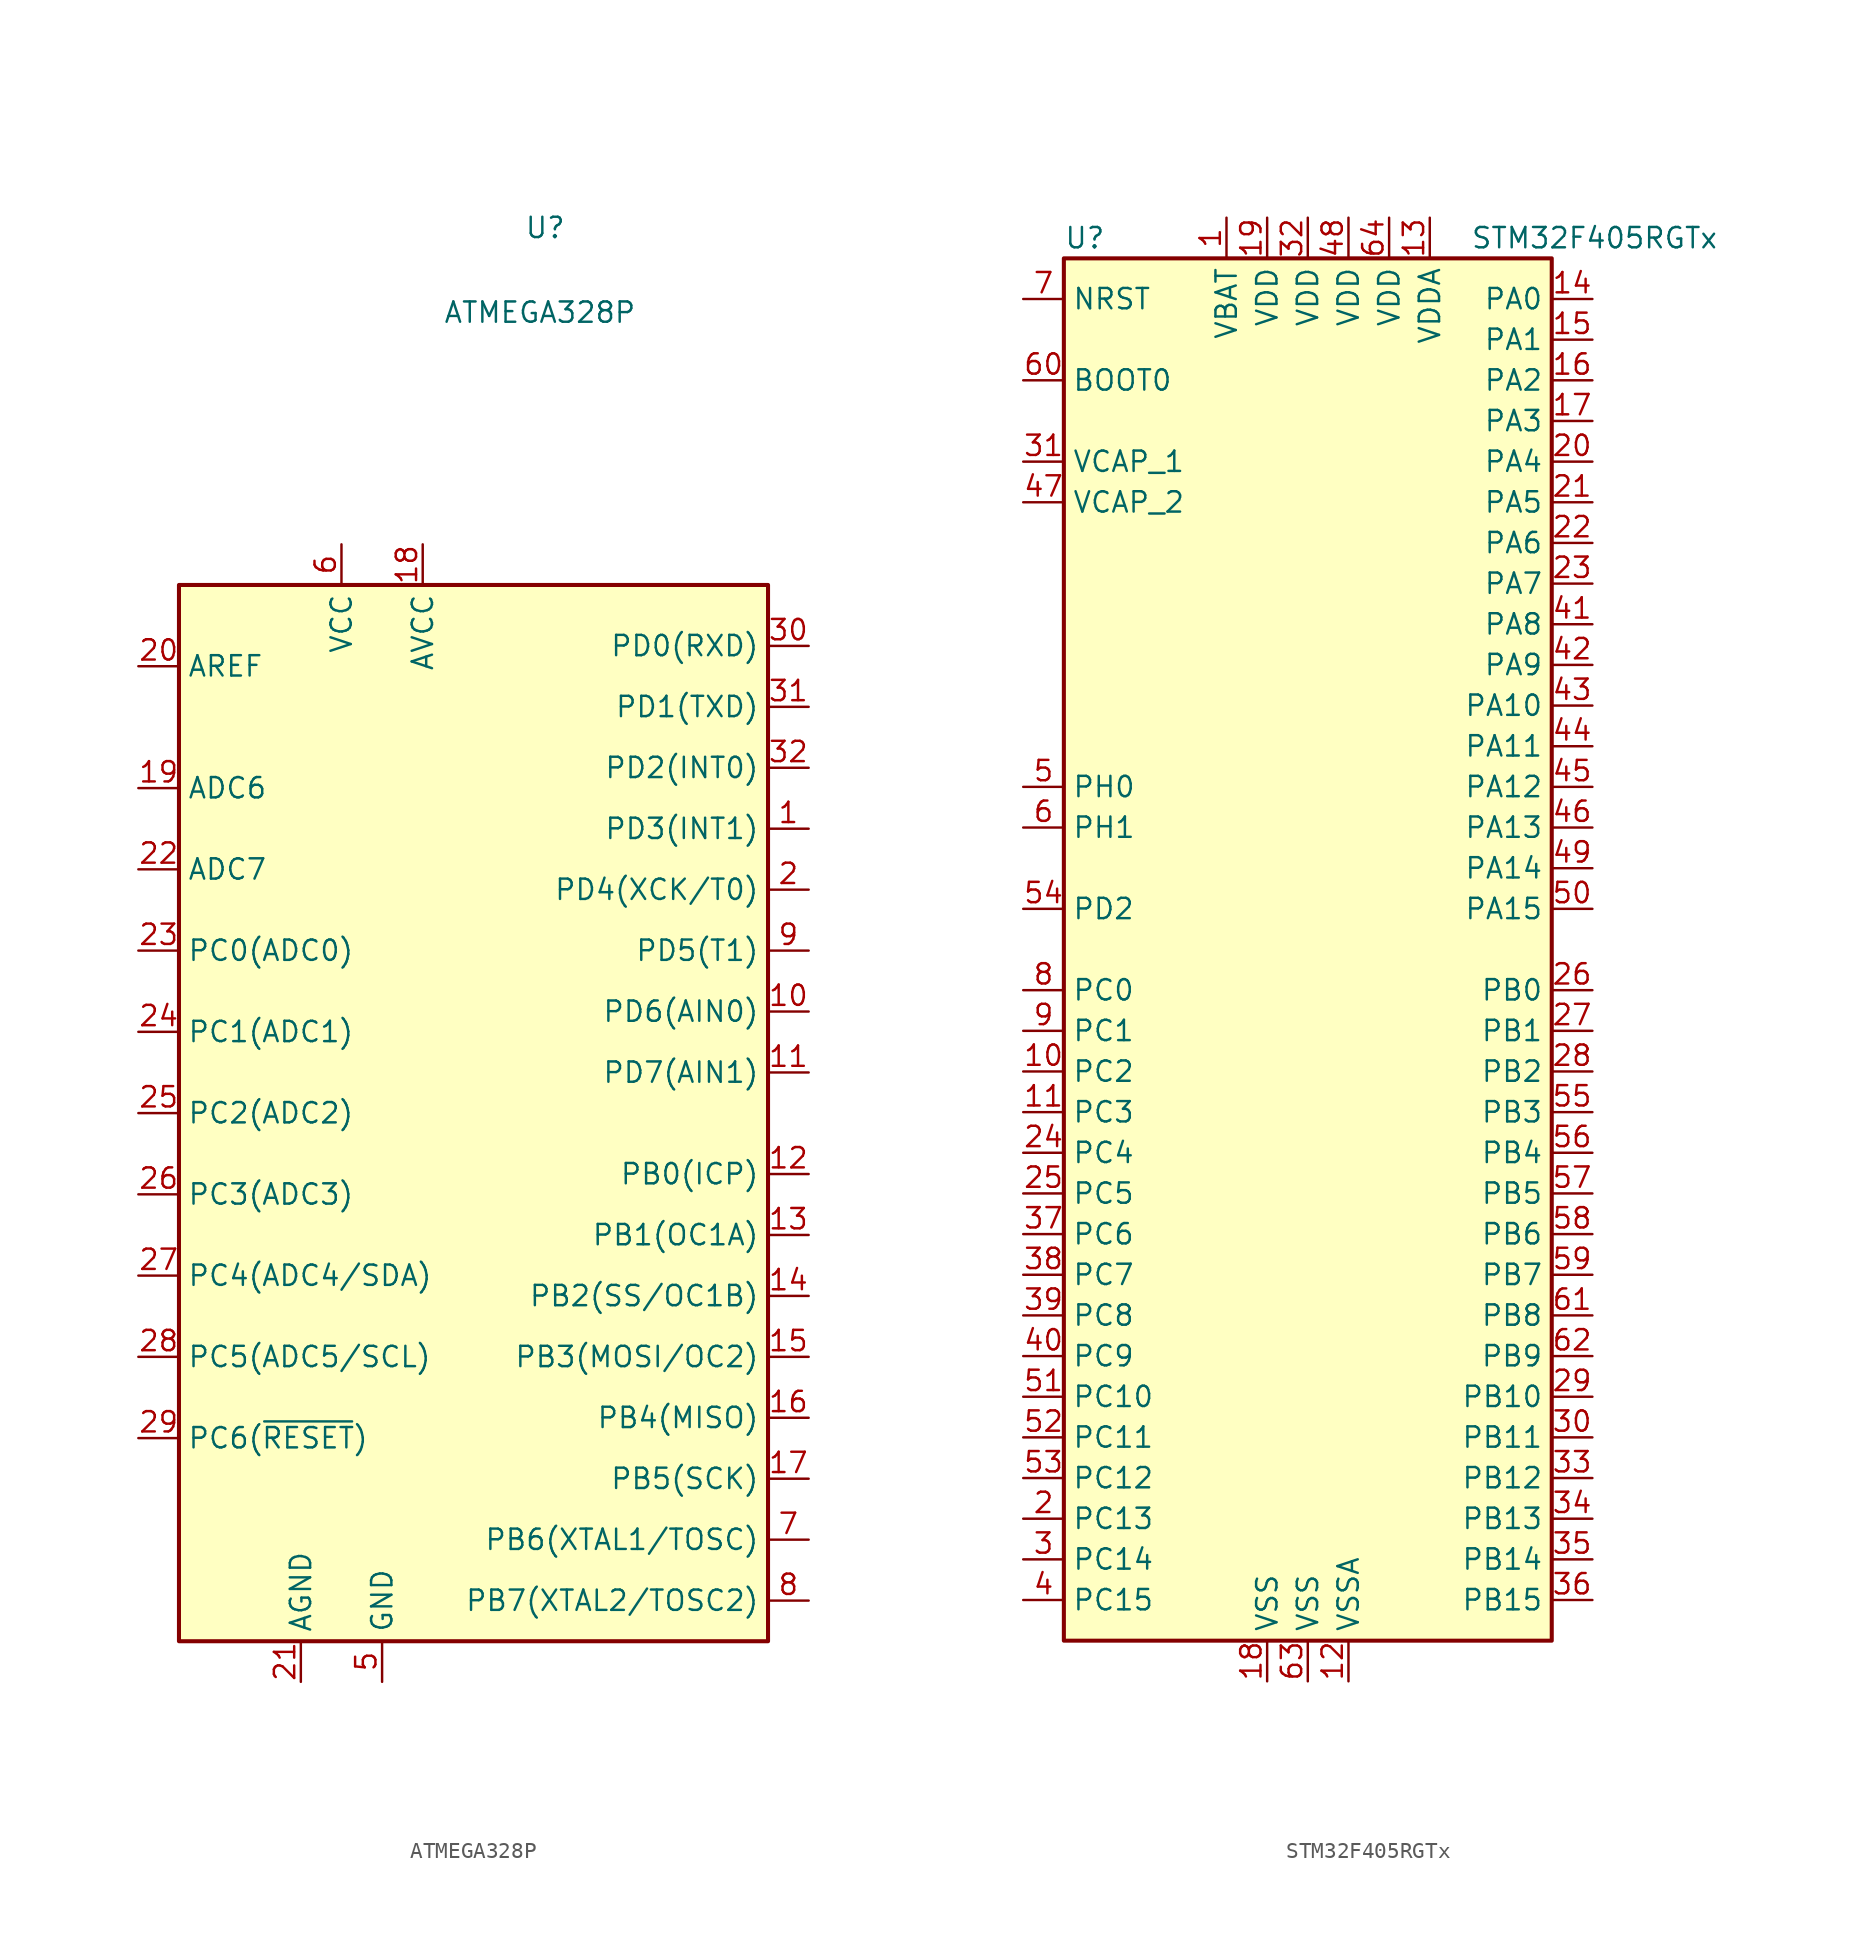
<source format=kicad_sym>
(kicad_symbol_lib
  (version 20211014)
  (generator kicad_symbol_editor)
  (symbol "ATMEGA328P"
    (property "Reference" "U"
      (at -1.27 53.34 0)
      (effects (font (size 1.27 1.27)) (justify left bottom)))
    (property "Value" "ATMEGA328P"
      (at -6.35 49.53 0)
      (effects (font (size 1.27 1.27)) (justify left top)))
    (symbol "ATMEGA328P_0_1"
      (rectangle (start -22.86 -34.29) (end 13.97 31.75) (stroke (width 0.254) (type default) (color 0 0 0 0)) (fill (type background))))
    (symbol "ATMEGA328P_1_1"
      (pin bidirectional line (at 16.51 16.51 180) (length 2.54) (name "PD3(INT1)" (effects (font (size 1.27 1.27)))) (number "1" (effects (font (size 1.27 1.27)))))
      (pin bidirectional line (at 16.51 5.08 180) (length 2.54) (name "PD6(AIN0)" (effects (font (size 1.27 1.27)))) (number "10" (effects (font (size 1.27 1.27)))))
      (pin bidirectional line (at 16.51 1.27 180) (length 2.54) (name "PD7(AIN1)" (effects (font (size 1.27 1.27)))) (number "11" (effects (font (size 1.27 1.27)))))
      (pin bidirectional line (at 16.51 -5.08 180) (length 2.54) (name "PB0(ICP)" (effects (font (size 1.27 1.27)))) (number "12" (effects (font (size 1.27 1.27)))))
      (pin bidirectional line (at 16.51 -8.89 180) (length 2.54) (name "PB1(OC1A)" (effects (font (size 1.27 1.27)))) (number "13" (effects (font (size 1.27 1.27)))))
      (pin bidirectional line (at 16.51 -12.7 180) (length 2.54) (name "PB2(SS/OC1B)" (effects (font (size 1.27 1.27)))) (number "14" (effects (font (size 1.27 1.27)))))
      (pin bidirectional line (at 16.51 -16.51 180) (length 2.54) (name "PB3(MOSI/OC2)" (effects (font (size 1.27 1.27)))) (number "15" (effects (font (size 1.27 1.27)))))
      (pin bidirectional line (at 16.51 -20.32 180) (length 2.54) (name "PB4(MISO)" (effects (font (size 1.27 1.27)))) (number "16" (effects (font (size 1.27 1.27)))))
      (pin bidirectional line (at 16.51 -24.13 180) (length 2.54) (name "PB5(SCK)" (effects (font (size 1.27 1.27)))) (number "17" (effects (font (size 1.27 1.27)))))
      (pin power_in line (at -7.62 34.29 270) (length 2.54) (name "AVCC" (effects (font (size 1.27 1.27)))) (number "18" (effects (font (size 1.27 1.27)))))
      (pin bidirectional line (at -25.4 19.05 0) (length 2.54) (name "ADC6" (effects (font (size 1.27 1.27)))) (number "19" (effects (font (size 1.27 1.27)))))
      (pin bidirectional line (at 16.51 12.7 180) (length 2.54) (name "PD4(XCK/T0)" (effects (font (size 1.27 1.27)))) (number "2" (effects (font (size 1.27 1.27)))))
      (pin bidirectional line (at -25.4 26.67 0) (length 2.54) (name "AREF" (effects (font (size 1.27 1.27)))) (number "20" (effects (font (size 1.27 1.27)))))
      (pin power_in line (at -15.24 -36.83 90) (length 2.54) (name "AGND" (effects (font (size 1.27 1.27)))) (number "21" (effects (font (size 1.27 1.27)))))
      (pin bidirectional line (at -25.4 13.97 0) (length 2.54) (name "ADC7" (effects (font (size 1.27 1.27)))) (number "22" (effects (font (size 1.27 1.27)))))
      (pin bidirectional line (at -25.4 8.89 0) (length 2.54) (name "PC0(ADC0)" (effects (font (size 1.27 1.27)))) (number "23" (effects (font (size 1.27 1.27)))))
      (pin bidirectional line (at -25.4 3.81 0) (length 2.54) (name "PC1(ADC1)" (effects (font (size 1.27 1.27)))) (number "24" (effects (font (size 1.27 1.27)))))
      (pin bidirectional line (at -25.4 -1.27 0) (length 2.54) (name "PC2(ADC2)" (effects (font (size 1.27 1.27)))) (number "25" (effects (font (size 1.27 1.27)))))
      (pin bidirectional line (at -25.4 -6.35 0) (length 2.54) (name "PC3(ADC3)" (effects (font (size 1.27 1.27)))) (number "26" (effects (font (size 1.27 1.27)))))
      (pin bidirectional line (at -25.4 -11.43 0) (length 2.54) (name "PC4(ADC4/SDA)" (effects (font (size 1.27 1.27)))) (number "27" (effects (font (size 1.27 1.27)))))
      (pin bidirectional line (at -25.4 -16.51 0) (length 2.54) (name "PC5(ADC5/SCL)" (effects (font (size 1.27 1.27)))) (number "28" (effects (font (size 1.27 1.27)))))
      (pin bidirectional line (at -25.4 -21.59 0) (length 2.54) (name "PC6(~{RESET})" (effects (font (size 1.27 1.27)))) (number "29" (effects (font (size 1.27 1.27)))))
      (pin power_in line (at -10.16 -36.83 90) (length 2.54) hide (name "GND" (effects (font (size 1.27 1.27)))) (number "3" (effects (font (size 1.27 1.27)))))
      (pin bidirectional line (at 16.51 27.94 180) (length 2.54) (name "PD0(RXD)" (effects (font (size 1.27 1.27)))) (number "30" (effects (font (size 1.27 1.27)))))
      (pin bidirectional line (at 16.51 24.13 180) (length 2.54) (name "PD1(TXD)" (effects (font (size 1.27 1.27)))) (number "31" (effects (font (size 1.27 1.27)))))
      (pin bidirectional line (at 16.51 20.32 180) (length 2.54) (name "PD2(INT0)" (effects (font (size 1.27 1.27)))) (number "32" (effects (font (size 1.27 1.27)))))
      (pin power_in line (at -12.7 34.29 270) (length 2.54) hide (name "VCC" (effects (font (size 1.27 1.27)))) (number "4" (effects (font (size 1.27 1.27)))))
      (pin power_in line (at -10.16 -36.83 90) (length 2.54) (name "GND" (effects (font (size 1.27 1.27)))) (number "5" (effects (font (size 1.27 1.27)))))
      (pin power_in line (at -12.7 34.29 270) (length 2.54) (name "VCC" (effects (font (size 1.27 1.27)))) (number "6" (effects (font (size 1.27 1.27)))))
      (pin bidirectional line (at 16.51 -27.94 180) (length 2.54) (name "PB6(XTAL1/TOSC)" (effects (font (size 1.27 1.27)))) (number "7" (effects (font (size 1.27 1.27)))))
      (pin bidirectional line (at 16.51 -31.75 180) (length 2.54) (name "PB7(XTAL2/TOSC2)" (effects (font (size 1.27 1.27)))) (number "8" (effects (font (size 1.27 1.27)))))
      (pin bidirectional line (at 16.51 8.89 180) (length 2.54) (name "PD5(T1)" (effects (font (size 1.27 1.27)))) (number "9" (effects (font (size 1.27 1.27)))))))
  (symbol "STM32F405RGTx"
    (property "Reference" "U"
      (at -15.24 44.45 0)
      (effects (font (size 1.27 1.27)) (justify left)))
    (property "Value" "STM32F405RGTx"
      (at 10.16 44.45 0)
      (effects (font (size 1.27 1.27)) (justify left)))
    (symbol "STM32F405RGTx_0_1"
      (rectangle (start -15.24 -43.18) (end 15.24 43.18) (stroke (width 0.254) (type default) (color 0 0 0 0)) (fill (type background))))
    (symbol "STM32F405RGTx_1_1"
      (pin power_in line (at -5.08 45.72 270) (length 2.54) (name "VBAT" (effects (font (size 1.27 1.27)))) (number "1" (effects (font (size 1.27 1.27)))))
      (pin bidirectional line (at -17.78 -7.62 0) (length 2.54) (name "PC2" (effects (font (size 1.27 1.27)))) (number "10" (effects (font (size 1.27 1.27)))))
      (pin bidirectional line (at -17.78 -10.16 0) (length 2.54) (name "PC3" (effects (font (size 1.27 1.27)))) (number "11" (effects (font (size 1.27 1.27)))))
      (pin power_in line (at 2.54 -45.72 90) (length 2.54) (name "VSSA" (effects (font (size 1.27 1.27)))) (number "12" (effects (font (size 1.27 1.27)))))
      (pin power_in line (at 7.62 45.72 270) (length 2.54) (name "VDDA" (effects (font (size 1.27 1.27)))) (number "13" (effects (font (size 1.27 1.27)))))
      (pin bidirectional line (at 17.78 40.64 180) (length 2.54) (name "PA0" (effects (font (size 1.27 1.27)))) (number "14" (effects (font (size 1.27 1.27)))))
      (pin bidirectional line (at 17.78 38.1 180) (length 2.54) (name "PA1" (effects (font (size 1.27 1.27)))) (number "15" (effects (font (size 1.27 1.27)))))
      (pin bidirectional line (at 17.78 35.56 180) (length 2.54) (name "PA2" (effects (font (size 1.27 1.27)))) (number "16" (effects (font (size 1.27 1.27)))))
      (pin bidirectional line (at 17.78 33.02 180) (length 2.54) (name "PA3" (effects (font (size 1.27 1.27)))) (number "17" (effects (font (size 1.27 1.27)))))
      (pin power_in line (at -2.54 -45.72 90) (length 2.54) (name "VSS" (effects (font (size 1.27 1.27)))) (number "18" (effects (font (size 1.27 1.27)))))
      (pin power_in line (at -2.54 45.72 270) (length 2.54) (name "VDD" (effects (font (size 1.27 1.27)))) (number "19" (effects (font (size 1.27 1.27)))))
      (pin bidirectional line (at -17.78 -35.56 0) (length 2.54) (name "PC13" (effects (font (size 1.27 1.27)))) (number "2" (effects (font (size 1.27 1.27)))))
      (pin bidirectional line (at 17.78 30.48 180) (length 2.54) (name "PA4" (effects (font (size 1.27 1.27)))) (number "20" (effects (font (size 1.27 1.27)))))
      (pin bidirectional line (at 17.78 27.94 180) (length 2.54) (name "PA5" (effects (font (size 1.27 1.27)))) (number "21" (effects (font (size 1.27 1.27)))))
      (pin bidirectional line (at 17.78 25.4 180) (length 2.54) (name "PA6" (effects (font (size 1.27 1.27)))) (number "22" (effects (font (size 1.27 1.27)))))
      (pin bidirectional line (at 17.78 22.86 180) (length 2.54) (name "PA7" (effects (font (size 1.27 1.27)))) (number "23" (effects (font (size 1.27 1.27)))))
      (pin bidirectional line (at -17.78 -12.7 0) (length 2.54) (name "PC4" (effects (font (size 1.27 1.27)))) (number "24" (effects (font (size 1.27 1.27)))))
      (pin bidirectional line (at -17.78 -15.24 0) (length 2.54) (name "PC5" (effects (font (size 1.27 1.27)))) (number "25" (effects (font (size 1.27 1.27)))))
      (pin bidirectional line (at 17.78 -2.54 180) (length 2.54) (name "PB0" (effects (font (size 1.27 1.27)))) (number "26" (effects (font (size 1.27 1.27)))))
      (pin bidirectional line (at 17.78 -5.08 180) (length 2.54) (name "PB1" (effects (font (size 1.27 1.27)))) (number "27" (effects (font (size 1.27 1.27)))))
      (pin bidirectional line (at 17.78 -7.62 180) (length 2.54) (name "PB2" (effects (font (size 1.27 1.27)))) (number "28" (effects (font (size 1.27 1.27)))))
      (pin bidirectional line (at 17.78 -27.94 180) (length 2.54) (name "PB10" (effects (font (size 1.27 1.27)))) (number "29" (effects (font (size 1.27 1.27)))))
      (pin bidirectional line (at -17.78 -38.1 0) (length 2.54) (name "PC14" (effects (font (size 1.27 1.27)))) (number "3" (effects (font (size 1.27 1.27)))))
      (pin bidirectional line (at 17.78 -30.48 180) (length 2.54) (name "PB11" (effects (font (size 1.27 1.27)))) (number "30" (effects (font (size 1.27 1.27)))))
      (pin passive line (at -17.78 30.48 0) (length 2.54) (name "VCAP_1" (effects (font (size 1.27 1.27)))) (number "31" (effects (font (size 1.27 1.27)))))
      (pin power_in line (at 0 45.72 270) (length 2.54) (name "VDD" (effects (font (size 1.27 1.27)))) (number "32" (effects (font (size 1.27 1.27)))))
      (pin bidirectional line (at 17.78 -33.02 180) (length 2.54) (name "PB12" (effects (font (size 1.27 1.27)))) (number "33" (effects (font (size 1.27 1.27)))))
      (pin bidirectional line (at 17.78 -35.56 180) (length 2.54) (name "PB13" (effects (font (size 1.27 1.27)))) (number "34" (effects (font (size 1.27 1.27)))))
      (pin bidirectional line (at 17.78 -38.1 180) (length 2.54) (name "PB14" (effects (font (size 1.27 1.27)))) (number "35" (effects (font (size 1.27 1.27)))))
      (pin bidirectional line (at 17.78 -40.64 180) (length 2.54) (name "PB15" (effects (font (size 1.27 1.27)))) (number "36" (effects (font (size 1.27 1.27)))))
      (pin bidirectional line (at -17.78 -17.78 0) (length 2.54) (name "PC6" (effects (font (size 1.27 1.27)))) (number "37" (effects (font (size 1.27 1.27)))))
      (pin bidirectional line (at -17.78 -20.32 0) (length 2.54) (name "PC7" (effects (font (size 1.27 1.27)))) (number "38" (effects (font (size 1.27 1.27)))))
      (pin bidirectional line (at -17.78 -22.86 0) (length 2.54) (name "PC8" (effects (font (size 1.27 1.27)))) (number "39" (effects (font (size 1.27 1.27)))))
      (pin bidirectional line (at -17.78 -40.64 0) (length 2.54) (name "PC15" (effects (font (size 1.27 1.27)))) (number "4" (effects (font (size 1.27 1.27)))))
      (pin bidirectional line (at -17.78 -25.4 0) (length 2.54) (name "PC9" (effects (font (size 1.27 1.27)))) (number "40" (effects (font (size 1.27 1.27)))))
      (pin bidirectional line (at 17.78 20.32 180) (length 2.54) (name "PA8" (effects (font (size 1.27 1.27)))) (number "41" (effects (font (size 1.27 1.27)))))
      (pin bidirectional line (at 17.78 17.78 180) (length 2.54) (name "PA9" (effects (font (size 1.27 1.27)))) (number "42" (effects (font (size 1.27 1.27)))))
      (pin bidirectional line (at 17.78 15.24 180) (length 2.54) (name "PA10" (effects (font (size 1.27 1.27)))) (number "43" (effects (font (size 1.27 1.27)))))
      (pin bidirectional line (at 17.78 12.7 180) (length 2.54) (name "PA11" (effects (font (size 1.27 1.27)))) (number "44" (effects (font (size 1.27 1.27)))))
      (pin bidirectional line (at 17.78 10.16 180) (length 2.54) (name "PA12" (effects (font (size 1.27 1.27)))) (number "45" (effects (font (size 1.27 1.27)))))
      (pin bidirectional line (at 17.78 7.62 180) (length 2.54) (name "PA13" (effects (font (size 1.27 1.27)))) (number "46" (effects (font (size 1.27 1.27)))))
      (pin passive line (at -17.78 27.94 0) (length 2.54) (name "VCAP_2" (effects (font (size 1.27 1.27)))) (number "47" (effects (font (size 1.27 1.27)))))
      (pin power_in line (at 2.54 45.72 270) (length 2.54) (name "VDD" (effects (font (size 1.27 1.27)))) (number "48" (effects (font (size 1.27 1.27)))))
      (pin bidirectional line (at 17.78 5.08 180) (length 2.54) (name "PA14" (effects (font (size 1.27 1.27)))) (number "49" (effects (font (size 1.27 1.27)))))
      (pin input line (at -17.78 10.16 0) (length 2.54) (name "PH0" (effects (font (size 1.27 1.27)))) (number "5" (effects (font (size 1.27 1.27)))))
      (pin bidirectional line (at 17.78 2.54 180) (length 2.54) (name "PA15" (effects (font (size 1.27 1.27)))) (number "50" (effects (font (size 1.27 1.27)))))
      (pin bidirectional line (at -17.78 -27.94 0) (length 2.54) (name "PC10" (effects (font (size 1.27 1.27)))) (number "51" (effects (font (size 1.27 1.27)))))
      (pin bidirectional line (at -17.78 -30.48 0) (length 2.54) (name "PC11" (effects (font (size 1.27 1.27)))) (number "52" (effects (font (size 1.27 1.27)))))
      (pin bidirectional line (at -17.78 -33.02 0) (length 2.54) (name "PC12" (effects (font (size 1.27 1.27)))) (number "53" (effects (font (size 1.27 1.27)))))
      (pin bidirectional line (at -17.78 2.54 0) (length 2.54) (name "PD2" (effects (font (size 1.27 1.27)))) (number "54" (effects (font (size 1.27 1.27)))))
      (pin bidirectional line (at 17.78 -10.16 180) (length 2.54) (name "PB3" (effects (font (size 1.27 1.27)))) (number "55" (effects (font (size 1.27 1.27)))))
      (pin bidirectional line (at 17.78 -12.7 180) (length 2.54) (name "PB4" (effects (font (size 1.27 1.27)))) (number "56" (effects (font (size 1.27 1.27)))))
      (pin bidirectional line (at 17.78 -15.24 180) (length 2.54) (name "PB5" (effects (font (size 1.27 1.27)))) (number "57" (effects (font (size 1.27 1.27)))))
      (pin bidirectional line (at 17.78 -17.78 180) (length 2.54) (name "PB6" (effects (font (size 1.27 1.27)))) (number "58" (effects (font (size 1.27 1.27)))))
      (pin bidirectional line (at 17.78 -20.32 180) (length 2.54) (name "PB7" (effects (font (size 1.27 1.27)))) (number "59" (effects (font (size 1.27 1.27)))))
      (pin input line (at -17.78 7.62 0) (length 2.54) (name "PH1" (effects (font (size 1.27 1.27)))) (number "6" (effects (font (size 1.27 1.27)))))
      (pin input line (at -17.78 35.56 0) (length 2.54) (name "BOOT0" (effects (font (size 1.27 1.27)))) (number "60" (effects (font (size 1.27 1.27)))))
      (pin bidirectional line (at 17.78 -22.86 180) (length 2.54) (name "PB8" (effects (font (size 1.27 1.27)))) (number "61" (effects (font (size 1.27 1.27)))))
      (pin bidirectional line (at 17.78 -25.4 180) (length 2.54) (name "PB9" (effects (font (size 1.27 1.27)))) (number "62" (effects (font (size 1.27 1.27)))))
      (pin power_in line (at 0 -45.72 90) (length 2.54) (name "VSS" (effects (font (size 1.27 1.27)))) (number "63" (effects (font (size 1.27 1.27)))))
      (pin power_in line (at 5.08 45.72 270) (length 2.54) (name "VDD" (effects (font (size 1.27 1.27)))) (number "64" (effects (font (size 1.27 1.27)))))
      (pin input line (at -17.78 40.64 0) (length 2.54) (name "NRST" (effects (font (size 1.27 1.27)))) (number "7" (effects (font (size 1.27 1.27)))))
      (pin bidirectional line (at -17.78 -2.54 0) (length 2.54) (name "PC0" (effects (font (size 1.27 1.27)))) (number "8" (effects (font (size 1.27 1.27)))))
      (pin bidirectional line (at -17.78 -5.08 0) (length 2.54) (name "PC1" (effects (font (size 1.27 1.27)))) (number "9" (effects (font (size 1.27 1.27))))))))
</source>
